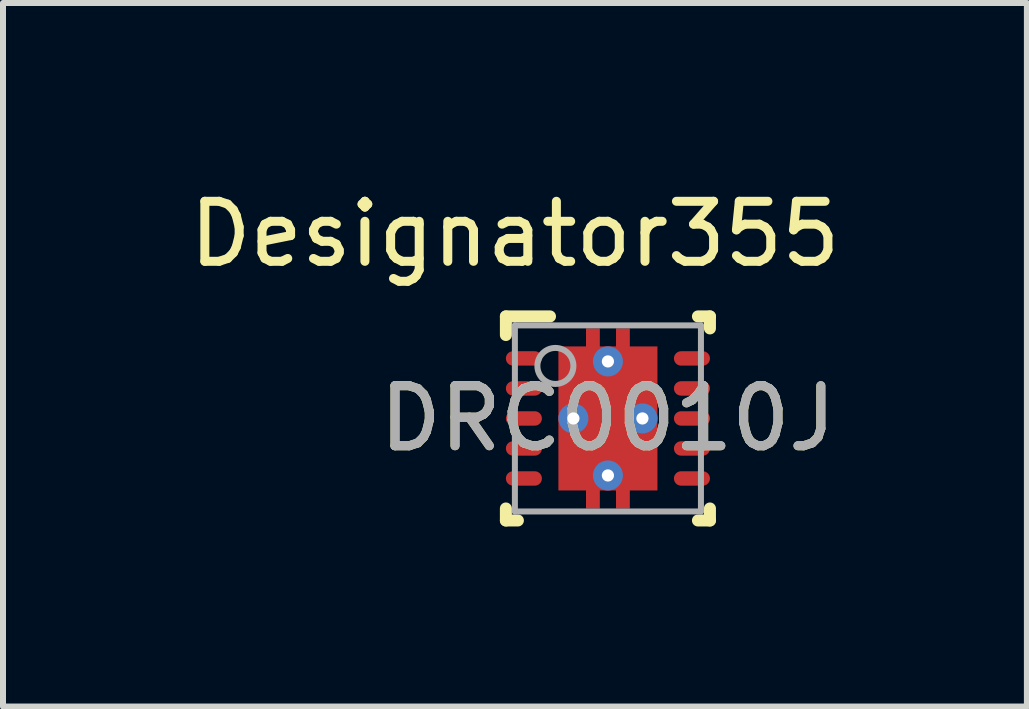
<source format=kicad_pcb>
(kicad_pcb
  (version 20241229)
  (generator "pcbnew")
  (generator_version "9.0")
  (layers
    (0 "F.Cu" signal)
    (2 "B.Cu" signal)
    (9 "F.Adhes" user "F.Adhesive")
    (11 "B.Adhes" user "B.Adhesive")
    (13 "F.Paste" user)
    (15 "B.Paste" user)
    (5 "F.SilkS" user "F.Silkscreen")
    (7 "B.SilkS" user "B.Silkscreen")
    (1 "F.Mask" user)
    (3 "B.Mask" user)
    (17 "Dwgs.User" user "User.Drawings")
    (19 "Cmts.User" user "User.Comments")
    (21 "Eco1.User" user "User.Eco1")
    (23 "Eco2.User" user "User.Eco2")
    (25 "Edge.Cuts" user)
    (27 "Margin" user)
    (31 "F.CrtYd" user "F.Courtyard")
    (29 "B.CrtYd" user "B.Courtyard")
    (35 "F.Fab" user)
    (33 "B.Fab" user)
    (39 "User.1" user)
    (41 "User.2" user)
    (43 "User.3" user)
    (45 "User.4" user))
  (footprint "DRC0010J"
    (layer "F.Cu")
    (at 7.079 3.922)
    (property "Reference" "DRC0010J" (at 0 0 0) (unlocked yes) (layer "F.SilkS") (effects (font (size 1 1) (thickness 0.15))))
    (attr smd)
    (fp_poly (pts (xy -0.135 -1.5) (xy -0.365 -1.5) (xy -0.365 -1.1) (xy -0.135 -1.1)) (stroke (width 0) (type solid)) (fill yes) (layer "F.Cu"))
    (fp_poly (pts (xy -0.135 1.1) (xy -0.365 1.1) (xy -0.365 1.5) (xy -0.135 1.5)) (stroke (width 0) (type solid)) (fill yes) (layer "F.Cu"))
    (fp_poly (pts (xy 0.135 -1.1) (xy 0.365 -1.1) (xy 0.365 -1.5) (xy 0.135 -1.5)) (stroke (width 0) (type solid)) (fill yes) (layer "F.Cu"))
    (fp_poly (pts (xy 0.135 1.5) (xy 0.365 1.5) (xy 0.365 1.1) (xy 0.135 1.1)) (stroke (width 0) (type solid)) (fill yes) (layer "F.Cu"))
    (fp_poly (pts (xy -0.084 -1.551) (xy -0.416 -1.551) (xy -0.416 -1.049) (xy -0.084 -1.049)) (stroke (width 0) (type solid)) (fill yes) (layer "F.Mask"))
    (fp_poly (pts (xy -0.084 1.049) (xy -0.416 1.049) (xy -0.416 1.551) (xy -0.084 1.551)) (stroke (width 0) (type solid)) (fill yes) (layer "F.Mask"))
    (fp_poly (pts (xy 0.084 -1.049) (xy 0.416 -1.049) (xy 0.416 -1.551) (xy 0.084 -1.551)) (stroke (width 0) (type solid)) (fill yes) (layer "F.Mask"))
    (fp_poly (pts (xy 0.084 1.551) (xy 0.416 1.551) (xy 0.416 1.049) (xy 0.084 1.049)) (stroke (width 0) (type solid)) (fill yes) (layer "F.Mask"))
    (fp_line (start -1.7 -1.7) (end -0.965 -1.7) (stroke (width 0.2) (type solid)) (layer "F.SilkS"))
    (fp_line (start -1.7 -1.39) (end -1.7 -1.7) (stroke (width 0.2) (type solid)) (layer "F.SilkS"))
    (fp_line (start -1.7 1.7) (end -1.7 1.5) (stroke (width 0.2) (type solid)) (layer "F.SilkS"))
    (fp_line (start -1.7 1.7) (end -1.5 1.7) (stroke (width 0.2) (type solid)) (layer "F.SilkS"))
    (fp_line (start 1.5 -1.7) (end 1.7 -1.7) (stroke (width 0.2) (type solid)) (layer "F.SilkS"))
    (fp_line (start 1.5 1.7) (end 1.7 1.7) (stroke (width 0.2) (type solid)) (layer "F.SilkS"))
    (fp_line (start 1.7 -1.5) (end 1.7 -1.7) (stroke (width 0.2) (type solid)) (layer "F.SilkS"))
    (fp_line (start 1.7 1.7) (end 1.7 1.5) (stroke (width 0.2) (type solid)) (layer "F.SilkS"))
    (fp_poly (pts (xy -0.75 -0.1) (xy 0.75 -0.1) (xy 0.75 -1.165) (xy -0.75 -1.165)) (stroke (width 0) (type solid)) (fill yes) (layer "F.Paste"))
    (fp_poly (pts (xy -0.75 1.165) (xy 0.75 1.165) (xy 0.75 0.1) (xy -0.75 0.1)) (stroke (width 0) (type solid)) (fill yes) (layer "F.Paste"))
    (fp_line (start -1.55 -1.55) (end 1.55 -1.55) (stroke (width 0.1) (type solid)) (layer "F.Fab"))
    (fp_line (start -1.55 1.55) (end -1.55 -1.55) (stroke (width 0.1) (type solid)) (layer "F.Fab"))
    (fp_line (start -1.55 1.55) (end 1.55 1.55) (stroke (width 0.1) (type solid)) (layer "F.Fab"))
    (fp_line (start 1.55 1.55) (end 1.55 -1.55) (stroke (width 0.1) (type solid)) (layer "F.Fab"))
    (fp_circle (center -0.875 -0.875) (end -0.575 -0.875) (stroke (width 0.1) (type solid)) (fill no) (layer "F.Fab"))
    (fp_text user "Designator355" (at -1.549 -3.073 0) (unlocked yes) (layer "F.SilkS") (effects (font (size 1 1) (thickness 0.15))))
    (fp_text user "${REFERENCE}" (at 0 0 0) (unlocked yes) (layer "F.Fab") (effects (font (size 1 1) (thickness 0.15))))
    (pad "1" smd oval (at -1.4 -1 90) (size 0.24 0.6) (layers "F.Cu" "F.Mask" "F.Paste"))
    (pad "2" smd oval (at -1.4 -0.5 90) (size 0.24 0.6) (layers "F.Cu" "F.Mask" "F.Paste"))
    (pad "3" smd oval (at -1.4 0 90) (size 0.24 0.6) (layers "F.Cu" "F.Mask" "F.Paste"))
    (pad "4" smd oval (at -1.4 0.5 90) (size 0.24 0.6) (layers "F.Cu" "F.Mask" "F.Paste"))
    (pad "5" smd oval (at -1.4 1 90) (size 0.24 0.6) (layers "F.Cu" "F.Mask" "F.Paste"))
    (pad "6" smd oval (at 1.4 1 90) (size 0.24 0.6) (layers "F.Cu" "F.Mask" "F.Paste"))
    (pad "7" smd oval (at 1.4 0.5 90) (size 0.24 0.6) (layers "F.Cu" "F.Mask" "F.Paste"))
    (pad "8" smd oval (at 1.4 0 90) (size 0.24 0.6) (layers "F.Cu" "F.Mask" "F.Paste"))
    (pad "9" smd oval (at 1.4 -0.5 90) (size 0.24 0.6) (layers "F.Cu" "F.Mask" "F.Paste"))
    (pad "10" smd oval (at 1.4 -1 90) (size 0.24 0.6) (layers "F.Cu" "F.Mask" "F.Paste"))
    (pad "11" smd rect (at 0.000003 0) (size 1.65 2.4) (layers "F.Cu" "F.Mask"))
    (pad "V" thru_hole circle (at -0.575 0) (size 0.5 0.5) (drill 0.203) (layers "*.Cu" "*.Mask"))
    (pad "V" thru_hole circle (at 0 -0.95) (size 0.5 0.5) (drill 0.203) (layers "*.Cu" "*.Mask"))
    (pad "V" thru_hole circle (at 0 0.95) (size 0.5 0.5) (drill 0.203) (layers "*.Cu" "*.Mask"))
    (pad "V" thru_hole circle (at 0.575 0) (size 0.5 0.5) (drill 0.203) (layers "*.Cu" "*.Mask")))
  (gr_rect
    (start -3 -3)
    (end 14.06 8.722)
    (stroke (width 0.1) (type default))
    (fill no)
    (layer "Edge.Cuts")))
</source>
